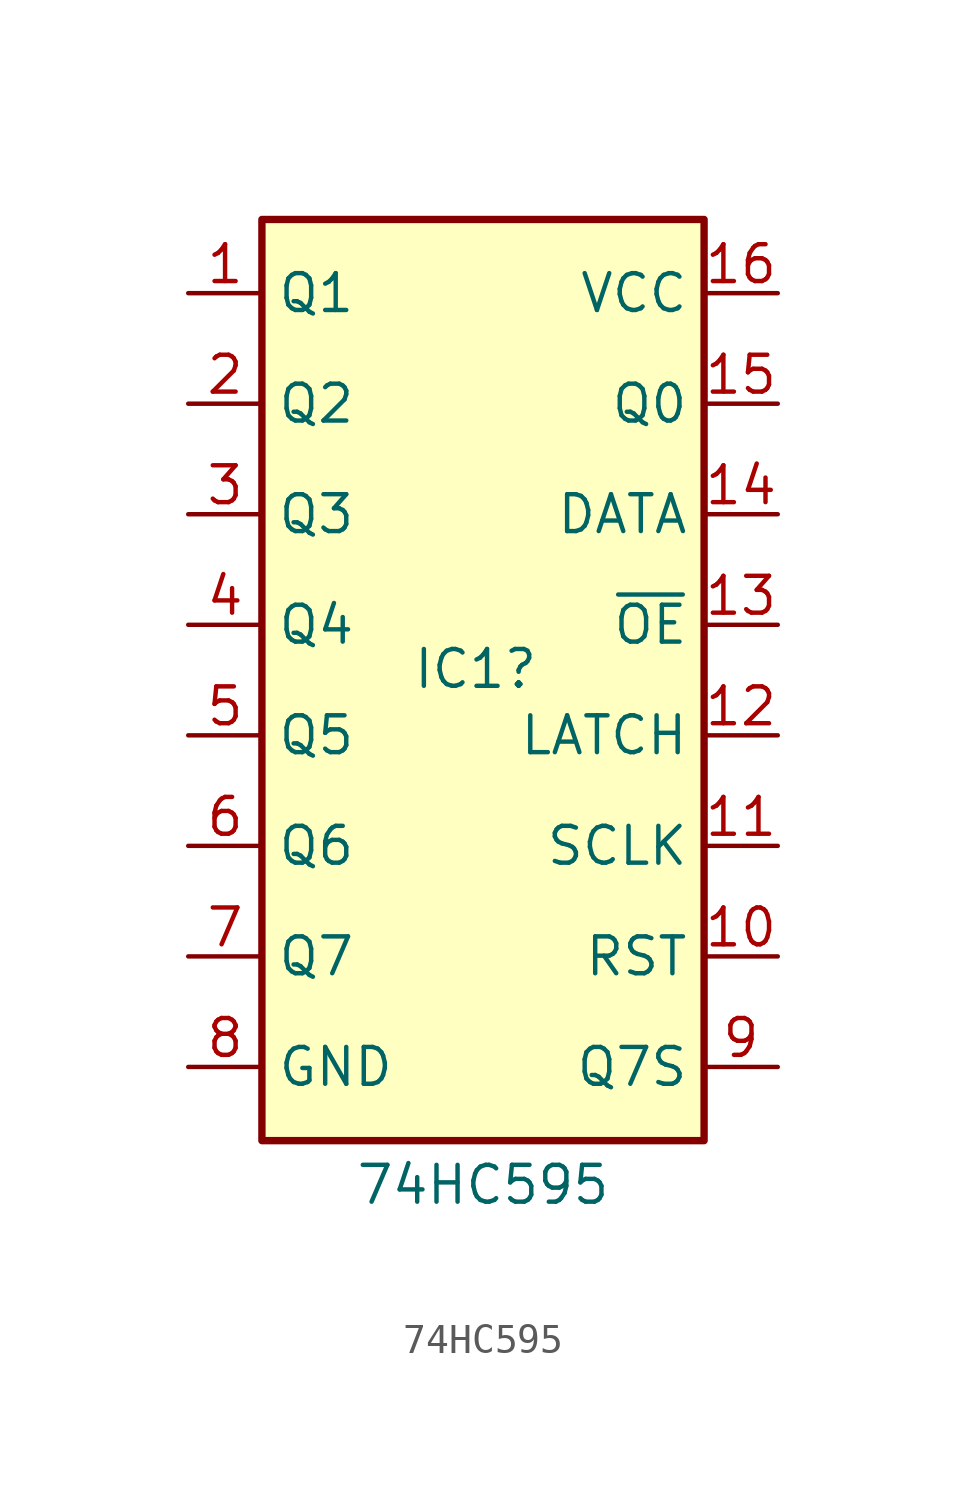
<source format=kicad_sym>
(kicad_symbol_lib
  (version 20241209)
  (generator "kicad_symbol_editor")
  (generator_version "9.0")
  (symbol "74HC595"
    (property "Reference" "IC1"
      (at -0.254 -0.254 0)
      (effects (font (size 1.27 1.27))))
    (property "Value" "74HC595"
      (at 0 -18.034 0)
      (effects (font (size 1.27 1.27))))
    (symbol "74HC595_1_0"
      (pin tri_state line (at -10.16 12.7 0) (length 2.54) (name "Q1" (effects (font (size 1.27 1.27)))) (number "1" (effects (font (size 1.27 1.27)))))
      (pin tri_state line (at -10.16 8.89 0) (length 2.54) (name "Q2" (effects (font (size 1.27 1.27)))) (number "2" (effects (font (size 1.27 1.27)))))
      (pin tri_state line (at -10.16 5.08 0) (length 2.54) (name "Q3" (effects (font (size 1.27 1.27)))) (number "3" (effects (font (size 1.27 1.27)))))
      (pin tri_state line (at -10.16 1.27 0) (length 2.54) (name "Q4" (effects (font (size 1.27 1.27)))) (number "4" (effects (font (size 1.27 1.27)))))
      (pin tri_state line (at -10.16 -2.54 0) (length 2.54) (name "Q5" (effects (font (size 1.27 1.27)))) (number "5" (effects (font (size 1.27 1.27)))))
      (pin tri_state line (at -10.16 -6.35 0) (length 2.54) (name "Q6" (effects (font (size 1.27 1.27)))) (number "6" (effects (font (size 1.27 1.27)))))
      (pin tri_state line (at -10.16 -10.16 0) (length 2.54) (name "Q7" (effects (font (size 1.27 1.27)))) (number "7" (effects (font (size 1.27 1.27)))))
      (pin power_in line (at -10.16 -13.97 0) (length 2.54) (name "GND" (effects (font (size 1.27 1.27)))) (number "8" (effects (font (size 1.27 1.27)))))
      (pin power_in line (at 10.16 12.7 180) (length 2.54) (name "VCC" (effects (font (size 1.27 1.27)))) (number "16" (effects (font (size 1.27 1.27)))))
      (pin tri_state line (at 10.16 8.89 180) (length 2.54) (name "Q0" (effects (font (size 1.27 1.27)))) (number "15" (effects (font (size 1.27 1.27)))))
      (pin input line (at 10.16 5.08 180) (length 2.54) (name "DATA" (effects (font (size 1.27 1.27)))) (number "14" (effects (font (size 1.27 1.27)))))
      (pin input line (at 10.16 1.27 180) (length 2.54) (name "~{OE}" (effects (font (size 1.27 1.27)))) (number "13" (effects (font (size 1.27 1.27)))))
      (pin input line (at 10.16 -2.54 180) (length 2.54) (name "LATCH" (effects (font (size 1.27 1.27)))) (number "12" (effects (font (size 1.27 1.27)))))
      (pin input line (at 10.16 -6.35 180) (length 2.54) (name "SCLK" (effects (font (size 1.27 1.27)))) (number "11" (effects (font (size 1.27 1.27)))))
      (pin input line (at 10.16 -10.16 180) (length 2.54) (name "RST" (effects (font (size 1.27 1.27)))) (number "10" (effects (font (size 1.27 1.27)))))
      (pin output line (at 10.16 -13.97 180) (length 2.54) (name "Q7S" (effects (font (size 1.27 1.27)))) (number "9" (effects (font (size 1.27 1.27))))))
    (symbol "74HC595_1_1"
      (rectangle (start -7.62 15.24) (end 7.62 -16.51) (stroke (width 0.254) (type default)) (fill (type background))))))
</source>
